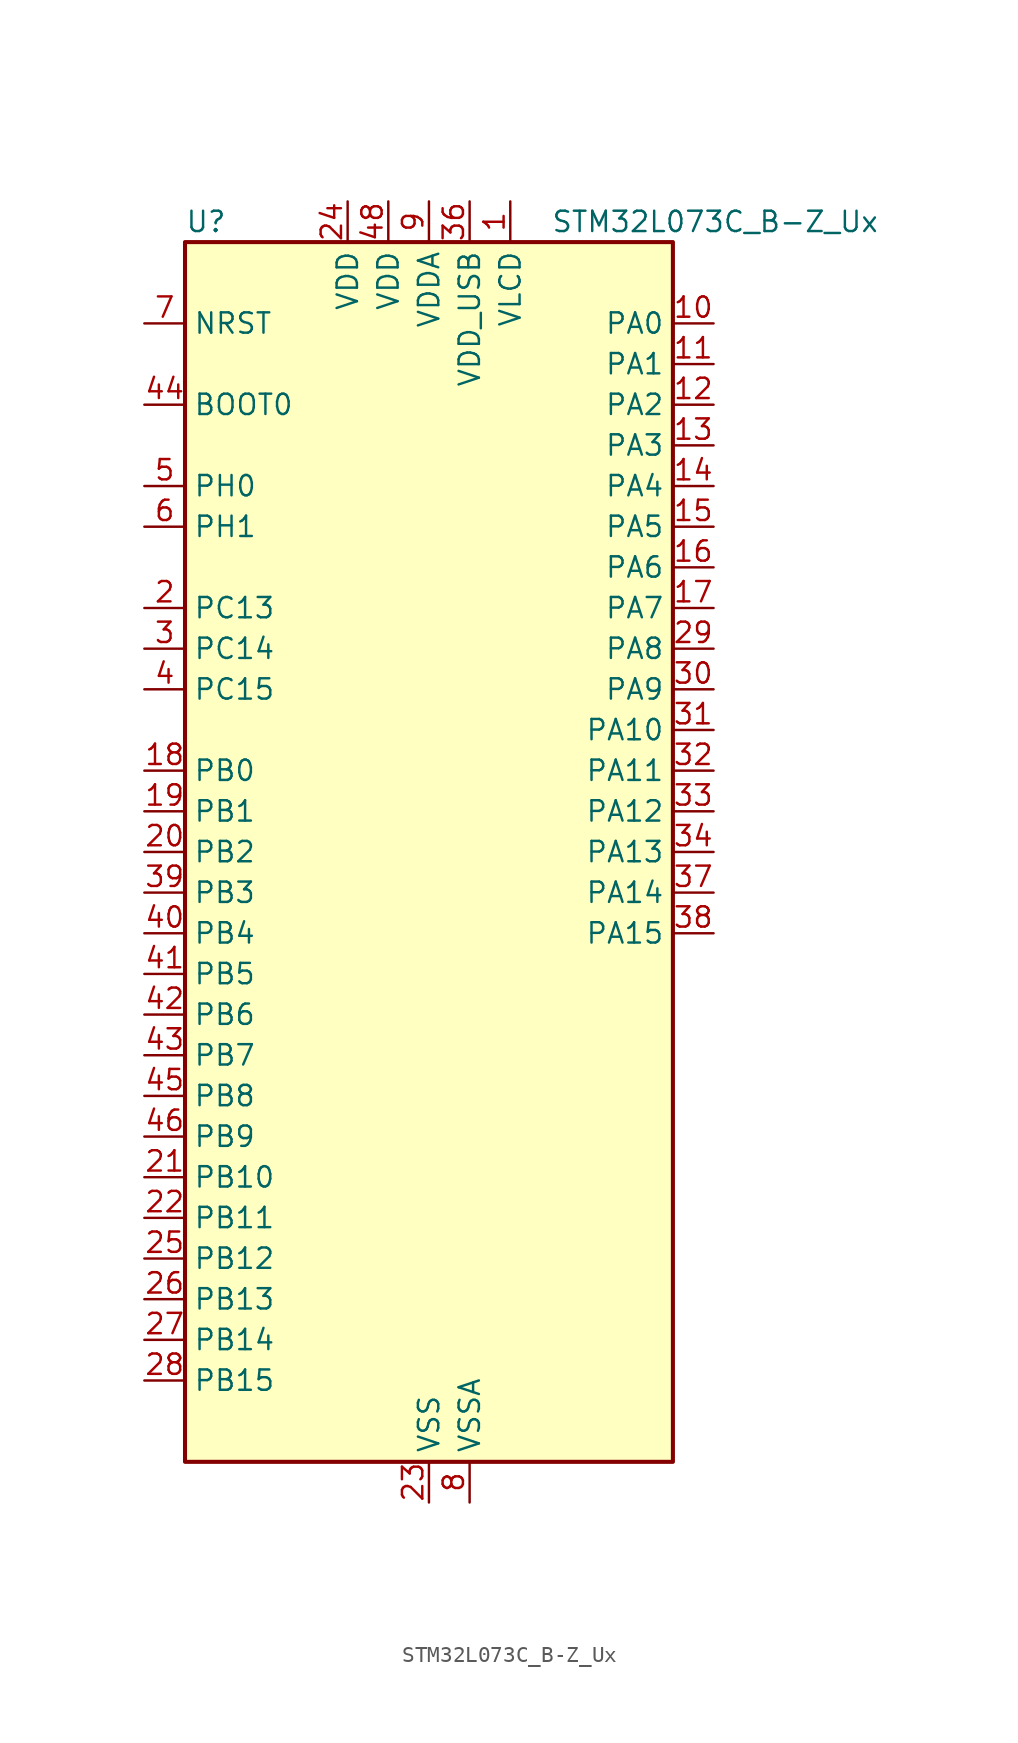
<source format=kicad_sym>
(kicad_symbol_lib
  (version 20241209)
  (generator "kicad_symbol_editor")
  (generator_version "9.0")
  (symbol "STM32L073C_B-Z_Ux"
    (property "Reference" "U"
      (at -15.24 39.37 0)
      (effects (font (size 1.27 1.27)) (justify left)))
    (property "Value" "STM32L073C_B-Z_Ux"
      (at 7.62 39.37 0)
      (effects (font (size 1.27 1.27)) (justify left)))
    (symbol "STM32L073C_B-Z_Ux_0_1"
      (rectangle (start -15.24 -38.1) (end 15.24 38.1) (stroke (width 0.254) (type default)) (fill (type background))))
    (symbol "STM32L073C_B-Z_Ux_1_1"
      (pin input line (at -17.78 33.02 0) (length 2.54) (name "NRST" (effects (font (size 1.27 1.27)))) (number "7" (effects (font (size 1.27 1.27)))))
      (pin input line (at -17.78 27.94 0) (length 2.54) (name "BOOT0" (effects (font (size 1.27 1.27)))) (number "44" (effects (font (size 1.27 1.27)))))
      (pin bidirectional line (at -17.78 22.86 0) (length 2.54) (name "PH0" (effects (font (size 1.27 1.27)))) (number "5" (effects (font (size 1.27 1.27)))) (alternate "CRS_SYNC" bidirectional line) (alternate "RCC_OSC_IN" bidirectional line))
      (pin bidirectional line (at -17.78 20.32 0) (length 2.54) (name "PH1" (effects (font (size 1.27 1.27)))) (number "6" (effects (font (size 1.27 1.27)))) (alternate "RCC_OSC_OUT" bidirectional line))
      (pin bidirectional line (at -17.78 15.24 0) (length 2.54) (name "PC13" (effects (font (size 1.27 1.27)))) (number "2" (effects (font (size 1.27 1.27)))) (alternate "RTC_OUT_ALARM" bidirectional line) (alternate "RTC_OUT_CALIB" bidirectional line) (alternate "RTC_TAMP1" bidirectional line) (alternate "RTC_TS" bidirectional line) (alternate "SYS_WKUP2" bidirectional line))
      (pin bidirectional line (at -17.78 12.7 0) (length 2.54) (name "PC14" (effects (font (size 1.27 1.27)))) (number "3" (effects (font (size 1.27 1.27)))) (alternate "RCC_OSC32_IN" bidirectional line))
      (pin bidirectional line (at -17.78 10.16 0) (length 2.54) (name "PC15" (effects (font (size 1.27 1.27)))) (number "4" (effects (font (size 1.27 1.27)))) (alternate "RCC_OSC32_OUT" bidirectional line))
      (pin bidirectional line (at -17.78 5.08 0) (length 2.54) (name "PB0" (effects (font (size 1.27 1.27)))) (number "18" (effects (font (size 1.27 1.27)))) (alternate "ADC_IN8" bidirectional line) (alternate "LCD_SEG5" bidirectional line) (alternate "LCD_VLCD3" bidirectional line) (alternate "SYS_VREF_OUT_PB0" bidirectional line) (alternate "TIM3_CH3" bidirectional line) (alternate "TSC_G3_IO2" bidirectional line))
      (pin bidirectional line (at -17.78 2.54 0) (length 2.54) (name "PB1" (effects (font (size 1.27 1.27)))) (number "19" (effects (font (size 1.27 1.27)))) (alternate "ADC_IN9" bidirectional line) (alternate "LCD_SEG6" bidirectional line) (alternate "LPUART1_DE" bidirectional line) (alternate "LPUART1_RTS" bidirectional line) (alternate "SYS_VREF_OUT_PB1" bidirectional line) (alternate "TIM3_CH4" bidirectional line) (alternate "TSC_G3_IO3" bidirectional line))
      (pin bidirectional line (at -17.78 0 0) (length 2.54) (name "PB2" (effects (font (size 1.27 1.27)))) (number "20" (effects (font (size 1.27 1.27)))) (alternate "I2C3_SMBA" bidirectional line) (alternate "LCD_VLCD2" bidirectional line) (alternate "LPTIM1_OUT" bidirectional line) (alternate "TSC_G3_IO4" bidirectional line))
      (pin bidirectional line (at -17.78 -2.54 0) (length 2.54) (name "PB3" (effects (font (size 1.27 1.27)))) (number "39" (effects (font (size 1.27 1.27)))) (alternate "COMP2_INM" bidirectional line) (alternate "LCD_SEG7" bidirectional line) (alternate "SPI1_SCK" bidirectional line) (alternate "TIM2_CH2" bidirectional line) (alternate "TSC_G5_IO1" bidirectional line) (alternate "USART1_DE" bidirectional line) (alternate "USART1_RTS" bidirectional line) (alternate "USART5_TX" bidirectional line))
      (pin bidirectional line (at -17.78 -5.08 0) (length 2.54) (name "PB4" (effects (font (size 1.27 1.27)))) (number "40" (effects (font (size 1.27 1.27)))) (alternate "COMP2_INP" bidirectional line) (alternate "I2C3_SDA" bidirectional line) (alternate "LCD_SEG8" bidirectional line) (alternate "SPI1_MISO" bidirectional line) (alternate "TIM22_CH1" bidirectional line) (alternate "TIM3_CH1" bidirectional line) (alternate "TSC_G5_IO2" bidirectional line) (alternate "USART1_CTS" bidirectional line) (alternate "USART5_RX" bidirectional line))
      (pin bidirectional line (at -17.78 -7.62 0) (length 2.54) (name "PB5" (effects (font (size 1.27 1.27)))) (number "41" (effects (font (size 1.27 1.27)))) (alternate "COMP2_INP" bidirectional line) (alternate "I2C1_SMBA" bidirectional line) (alternate "LCD_SEG9" bidirectional line) (alternate "LPTIM1_IN1" bidirectional line) (alternate "SPI1_MOSI" bidirectional line) (alternate "TIM22_CH2" bidirectional line) (alternate "TIM3_CH2" bidirectional line) (alternate "USART1_CK" bidirectional line) (alternate "USART5_CK" bidirectional line) (alternate "USART5_DE" bidirectional line) (alternate "USART5_RTS" bidirectional line))
      (pin bidirectional line (at -17.78 -10.16 0) (length 2.54) (name "PB6" (effects (font (size 1.27 1.27)))) (number "42" (effects (font (size 1.27 1.27)))) (alternate "COMP2_INP" bidirectional line) (alternate "I2C1_SCL" bidirectional line) (alternate "LPTIM1_ETR" bidirectional line) (alternate "TSC_G5_IO3" bidirectional line) (alternate "USART1_TX" bidirectional line))
      (pin bidirectional line (at -17.78 -12.7 0) (length 2.54) (name "PB7" (effects (font (size 1.27 1.27)))) (number "43" (effects (font (size 1.27 1.27)))) (alternate "COMP2_INP" bidirectional line) (alternate "I2C1_SDA" bidirectional line) (alternate "LPTIM1_IN2" bidirectional line) (alternate "SYS_PVD_IN" bidirectional line) (alternate "TSC_G5_IO4" bidirectional line) (alternate "USART1_RX" bidirectional line) (alternate "USART4_CTS" bidirectional line))
      (pin bidirectional line (at -17.78 -15.24 0) (length 2.54) (name "PB8" (effects (font (size 1.27 1.27)))) (number "45" (effects (font (size 1.27 1.27)))) (alternate "I2C1_SCL" bidirectional line) (alternate "LCD_SEG16" bidirectional line) (alternate "TSC_SYNC" bidirectional line))
      (pin bidirectional line (at -17.78 -17.78 0) (length 2.54) (name "PB9" (effects (font (size 1.27 1.27)))) (number "46" (effects (font (size 1.27 1.27)))) (alternate "DAC_EXTI9" bidirectional line) (alternate "I2C1_SDA" bidirectional line) (alternate "I2S2_WS" bidirectional line) (alternate "LCD_COM3" bidirectional line) (alternate "SPI2_NSS" bidirectional line))
      (pin bidirectional line (at -17.78 -20.32 0) (length 2.54) (name "PB10" (effects (font (size 1.27 1.27)))) (number "21" (effects (font (size 1.27 1.27)))) (alternate "I2C2_SCL" bidirectional line) (alternate "LCD_SEG10" bidirectional line) (alternate "LPUART1_RX" bidirectional line) (alternate "LPUART1_TX" bidirectional line) (alternate "SPI2_SCK" bidirectional line) (alternate "TIM2_CH3" bidirectional line) (alternate "TSC_SYNC" bidirectional line))
      (pin bidirectional line (at -17.78 -22.86 0) (length 2.54) (name "PB11" (effects (font (size 1.27 1.27)))) (number "22" (effects (font (size 1.27 1.27)))) (alternate "ADC_EXTI11" bidirectional line) (alternate "I2C2_SDA" bidirectional line) (alternate "LCD_SEG11" bidirectional line) (alternate "LPUART1_RX" bidirectional line) (alternate "LPUART1_TX" bidirectional line) (alternate "TIM2_CH4" bidirectional line) (alternate "TSC_G6_IO1" bidirectional line))
      (pin bidirectional line (at -17.78 -25.4 0) (length 2.54) (name "PB12" (effects (font (size 1.27 1.27)))) (number "25" (effects (font (size 1.27 1.27)))) (alternate "I2S2_WS" bidirectional line) (alternate "LCD_SEG12" bidirectional line) (alternate "LCD_VLCD2" bidirectional line) (alternate "LPUART1_DE" bidirectional line) (alternate "LPUART1_RTS" bidirectional line) (alternate "SPI2_NSS" bidirectional line) (alternate "TSC_G6_IO2" bidirectional line))
      (pin bidirectional line (at -17.78 -27.94 0) (length 2.54) (name "PB13" (effects (font (size 1.27 1.27)))) (number "26" (effects (font (size 1.27 1.27)))) (alternate "I2C2_SCL" bidirectional line) (alternate "I2S2_CK" bidirectional line) (alternate "LCD_SEG13" bidirectional line) (alternate "LPUART1_CTS" bidirectional line) (alternate "RCC_MCO" bidirectional line) (alternate "SPI2_SCK" bidirectional line) (alternate "TIM21_CH1" bidirectional line) (alternate "TSC_G6_IO3" bidirectional line))
      (pin bidirectional line (at -17.78 -30.48 0) (length 2.54) (name "PB14" (effects (font (size 1.27 1.27)))) (number "27" (effects (font (size 1.27 1.27)))) (alternate "I2C2_SDA" bidirectional line) (alternate "I2S2_MCK" bidirectional line) (alternate "LCD_SEG14" bidirectional line) (alternate "LPUART1_DE" bidirectional line) (alternate "LPUART1_RTS" bidirectional line) (alternate "RTC_OUT_ALARM" bidirectional line) (alternate "RTC_OUT_CALIB" bidirectional line) (alternate "SPI2_MISO" bidirectional line) (alternate "TIM21_CH2" bidirectional line) (alternate "TSC_G6_IO4" bidirectional line))
      (pin bidirectional line (at -17.78 -33.02 0) (length 2.54) (name "PB15" (effects (font (size 1.27 1.27)))) (number "28" (effects (font (size 1.27 1.27)))) (alternate "I2S2_SD" bidirectional line) (alternate "LCD_SEG15" bidirectional line) (alternate "RTC_REFIN" bidirectional line) (alternate "SPI2_MOSI" bidirectional line))
      (pin power_in line (at -5.08 40.64 270) (length 2.54) (name "VDD" (effects (font (size 1.27 1.27)))) (number "24" (effects (font (size 1.27 1.27)))))
      (pin power_in line (at -2.54 40.64 270) (length 2.54) (name "VDD" (effects (font (size 1.27 1.27)))) (number "48" (effects (font (size 1.27 1.27)))))
      (pin power_in line (at 0 40.64 270) (length 2.54) (name "VDDA" (effects (font (size 1.27 1.27)))) (number "9" (effects (font (size 1.27 1.27)))))
      (pin power_in line (at 0 -40.64 90) (length 2.54) (name "VSS" (effects (font (size 1.27 1.27)))) (number "23" (effects (font (size 1.27 1.27)))))
      (pin passive line (at 0 -40.64 90) (length 2.54) (hide yes) (name "VSS" (effects (font (size 1.27 1.27)))) (number "35" (effects (font (size 1.27 1.27)))))
      (pin passive line (at 0 -40.64 90) (length 2.54) (hide yes) (name "VSS" (effects (font (size 1.27 1.27)))) (number "47" (effects (font (size 1.27 1.27)))))
      (pin passive line (at 0 -40.64 90) (length 2.54) (hide yes) (name "VSS" (effects (font (size 1.27 1.27)))) (number "49" (effects (font (size 1.27 1.27)))))
      (pin power_in line (at 2.54 40.64 270) (length 2.54) (name "VDD_USB" (effects (font (size 1.27 1.27)))) (number "36" (effects (font (size 1.27 1.27)))))
      (pin power_in line (at 2.54 -40.64 90) (length 2.54) (name "VSSA" (effects (font (size 1.27 1.27)))) (number "8" (effects (font (size 1.27 1.27)))))
      (pin power_in line (at 5.08 40.64 270) (length 2.54) (name "VLCD" (effects (font (size 1.27 1.27)))) (number "1" (effects (font (size 1.27 1.27)))))
      (pin bidirectional line (at 17.78 33.02 180) (length 2.54) (name "PA0" (effects (font (size 1.27 1.27)))) (number "10" (effects (font (size 1.27 1.27)))) (alternate "ADC_IN0" bidirectional line) (alternate "COMP1_INM" bidirectional line) (alternate "COMP1_OUT" bidirectional line) (alternate "RTC_TAMP2" bidirectional line) (alternate "SYS_WKUP1" bidirectional line) (alternate "TIM2_CH1" bidirectional line) (alternate "TIM2_ETR" bidirectional line) (alternate "TSC_G1_IO1" bidirectional line) (alternate "USART2_CTS" bidirectional line) (alternate "USART4_TX" bidirectional line))
      (pin bidirectional line (at 17.78 30.48 180) (length 2.54) (name "PA1" (effects (font (size 1.27 1.27)))) (number "11" (effects (font (size 1.27 1.27)))) (alternate "ADC_IN1" bidirectional line) (alternate "COMP1_INP" bidirectional line) (alternate "LCD_SEG0" bidirectional line) (alternate "TIM21_ETR" bidirectional line) (alternate "TIM2_CH2" bidirectional line) (alternate "TSC_G1_IO2" bidirectional line) (alternate "USART2_DE" bidirectional line) (alternate "USART2_RTS" bidirectional line) (alternate "USART4_RX" bidirectional line))
      (pin bidirectional line (at 17.78 27.94 180) (length 2.54) (name "PA2" (effects (font (size 1.27 1.27)))) (number "12" (effects (font (size 1.27 1.27)))) (alternate "ADC_IN2" bidirectional line) (alternate "COMP2_INM" bidirectional line) (alternate "COMP2_OUT" bidirectional line) (alternate "LCD_SEG1" bidirectional line) (alternate "LPUART1_TX" bidirectional line) (alternate "TIM21_CH1" bidirectional line) (alternate "TIM2_CH3" bidirectional line) (alternate "TSC_G1_IO3" bidirectional line) (alternate "USART2_TX" bidirectional line))
      (pin bidirectional line (at 17.78 25.4 180) (length 2.54) (name "PA3" (effects (font (size 1.27 1.27)))) (number "13" (effects (font (size 1.27 1.27)))) (alternate "ADC_IN3" bidirectional line) (alternate "COMP2_INP" bidirectional line) (alternate "LCD_SEG2" bidirectional line) (alternate "LPUART1_RX" bidirectional line) (alternate "TIM21_CH2" bidirectional line) (alternate "TIM2_CH4" bidirectional line) (alternate "TSC_G1_IO4" bidirectional line) (alternate "USART2_RX" bidirectional line))
      (pin bidirectional line (at 17.78 22.86 180) (length 2.54) (name "PA4" (effects (font (size 1.27 1.27)))) (number "14" (effects (font (size 1.27 1.27)))) (alternate "ADC_IN4" bidirectional line) (alternate "COMP1_INM" bidirectional line) (alternate "COMP2_INM" bidirectional line) (alternate "DAC_OUT1" bidirectional line) (alternate "SPI1_NSS" bidirectional line) (alternate "TIM22_ETR" bidirectional line) (alternate "TSC_G2_IO1" bidirectional line) (alternate "USART2_CK" bidirectional line))
      (pin bidirectional line (at 17.78 20.32 180) (length 2.54) (name "PA5" (effects (font (size 1.27 1.27)))) (number "15" (effects (font (size 1.27 1.27)))) (alternate "ADC_IN5" bidirectional line) (alternate "COMP1_INM" bidirectional line) (alternate "COMP2_INM" bidirectional line) (alternate "DAC_OUT2" bidirectional line) (alternate "SPI1_SCK" bidirectional line) (alternate "TIM2_CH1" bidirectional line) (alternate "TIM2_ETR" bidirectional line) (alternate "TSC_G2_IO2" bidirectional line))
      (pin bidirectional line (at 17.78 17.78 180) (length 2.54) (name "PA6" (effects (font (size 1.27 1.27)))) (number "16" (effects (font (size 1.27 1.27)))) (alternate "ADC_IN6" bidirectional line) (alternate "COMP1_OUT" bidirectional line) (alternate "LCD_SEG3" bidirectional line) (alternate "LPUART1_CTS" bidirectional line) (alternate "SPI1_MISO" bidirectional line) (alternate "TIM22_CH1" bidirectional line) (alternate "TIM3_CH1" bidirectional line) (alternate "TSC_G2_IO3" bidirectional line))
      (pin bidirectional line (at 17.78 15.24 180) (length 2.54) (name "PA7" (effects (font (size 1.27 1.27)))) (number "17" (effects (font (size 1.27 1.27)))) (alternate "ADC_IN7" bidirectional line) (alternate "COMP2_OUT" bidirectional line) (alternate "LCD_SEG4" bidirectional line) (alternate "SPI1_MOSI" bidirectional line) (alternate "TIM22_CH2" bidirectional line) (alternate "TIM3_CH2" bidirectional line) (alternate "TSC_G2_IO4" bidirectional line))
      (pin bidirectional line (at 17.78 12.7 180) (length 2.54) (name "PA8" (effects (font (size 1.27 1.27)))) (number "29" (effects (font (size 1.27 1.27)))) (alternate "CRS_SYNC" bidirectional line) (alternate "I2C3_SCL" bidirectional line) (alternate "LCD_COM0" bidirectional line) (alternate "RCC_MCO" bidirectional line) (alternate "USART1_CK" bidirectional line))
      (pin bidirectional line (at 17.78 10.16 180) (length 2.54) (name "PA9" (effects (font (size 1.27 1.27)))) (number "30" (effects (font (size 1.27 1.27)))) (alternate "DAC_EXTI9" bidirectional line) (alternate "I2C1_SCL" bidirectional line) (alternate "I2C3_SMBA" bidirectional line) (alternate "LCD_COM1" bidirectional line) (alternate "RCC_MCO" bidirectional line) (alternate "TSC_G4_IO1" bidirectional line) (alternate "USART1_TX" bidirectional line))
      (pin bidirectional line (at 17.78 7.62 180) (length 2.54) (name "PA10" (effects (font (size 1.27 1.27)))) (number "31" (effects (font (size 1.27 1.27)))) (alternate "I2C1_SDA" bidirectional line) (alternate "LCD_COM2" bidirectional line) (alternate "TSC_G4_IO2" bidirectional line) (alternate "USART1_RX" bidirectional line))
      (pin bidirectional line (at 17.78 5.08 180) (length 2.54) (name "PA11" (effects (font (size 1.27 1.27)))) (number "32" (effects (font (size 1.27 1.27)))) (alternate "ADC_EXTI11" bidirectional line) (alternate "COMP1_OUT" bidirectional line) (alternate "SPI1_MISO" bidirectional line) (alternate "TSC_G4_IO3" bidirectional line) (alternate "USART1_CTS" bidirectional line) (alternate "USB_DM" bidirectional line))
      (pin bidirectional line (at 17.78 2.54 180) (length 2.54) (name "PA12" (effects (font (size 1.27 1.27)))) (number "33" (effects (font (size 1.27 1.27)))) (alternate "COMP2_OUT" bidirectional line) (alternate "SPI1_MOSI" bidirectional line) (alternate "TSC_G4_IO4" bidirectional line) (alternate "USART1_DE" bidirectional line) (alternate "USART1_RTS" bidirectional line) (alternate "USB_DP" bidirectional line))
      (pin bidirectional line (at 17.78 0 180) (length 2.54) (name "PA13" (effects (font (size 1.27 1.27)))) (number "34" (effects (font (size 1.27 1.27)))) (alternate "LPUART1_RX" bidirectional line) (alternate "SYS_SWDIO" bidirectional line) (alternate "USB_NOE" bidirectional line))
      (pin bidirectional line (at 17.78 -2.54 180) (length 2.54) (name "PA14" (effects (font (size 1.27 1.27)))) (number "37" (effects (font (size 1.27 1.27)))) (alternate "LPUART1_TX" bidirectional line) (alternate "SYS_SWCLK" bidirectional line) (alternate "USART2_TX" bidirectional line))
      (pin bidirectional line (at 17.78 -5.08 180) (length 2.54) (name "PA15" (effects (font (size 1.27 1.27)))) (number "38" (effects (font (size 1.27 1.27)))) (alternate "LCD_SEG17" bidirectional line) (alternate "SPI1_NSS" bidirectional line) (alternate "TIM2_CH1" bidirectional line) (alternate "TIM2_ETR" bidirectional line) (alternate "USART2_RX" bidirectional line) (alternate "USART4_DE" bidirectional line) (alternate "USART4_RTS" bidirectional line)))))
</source>
